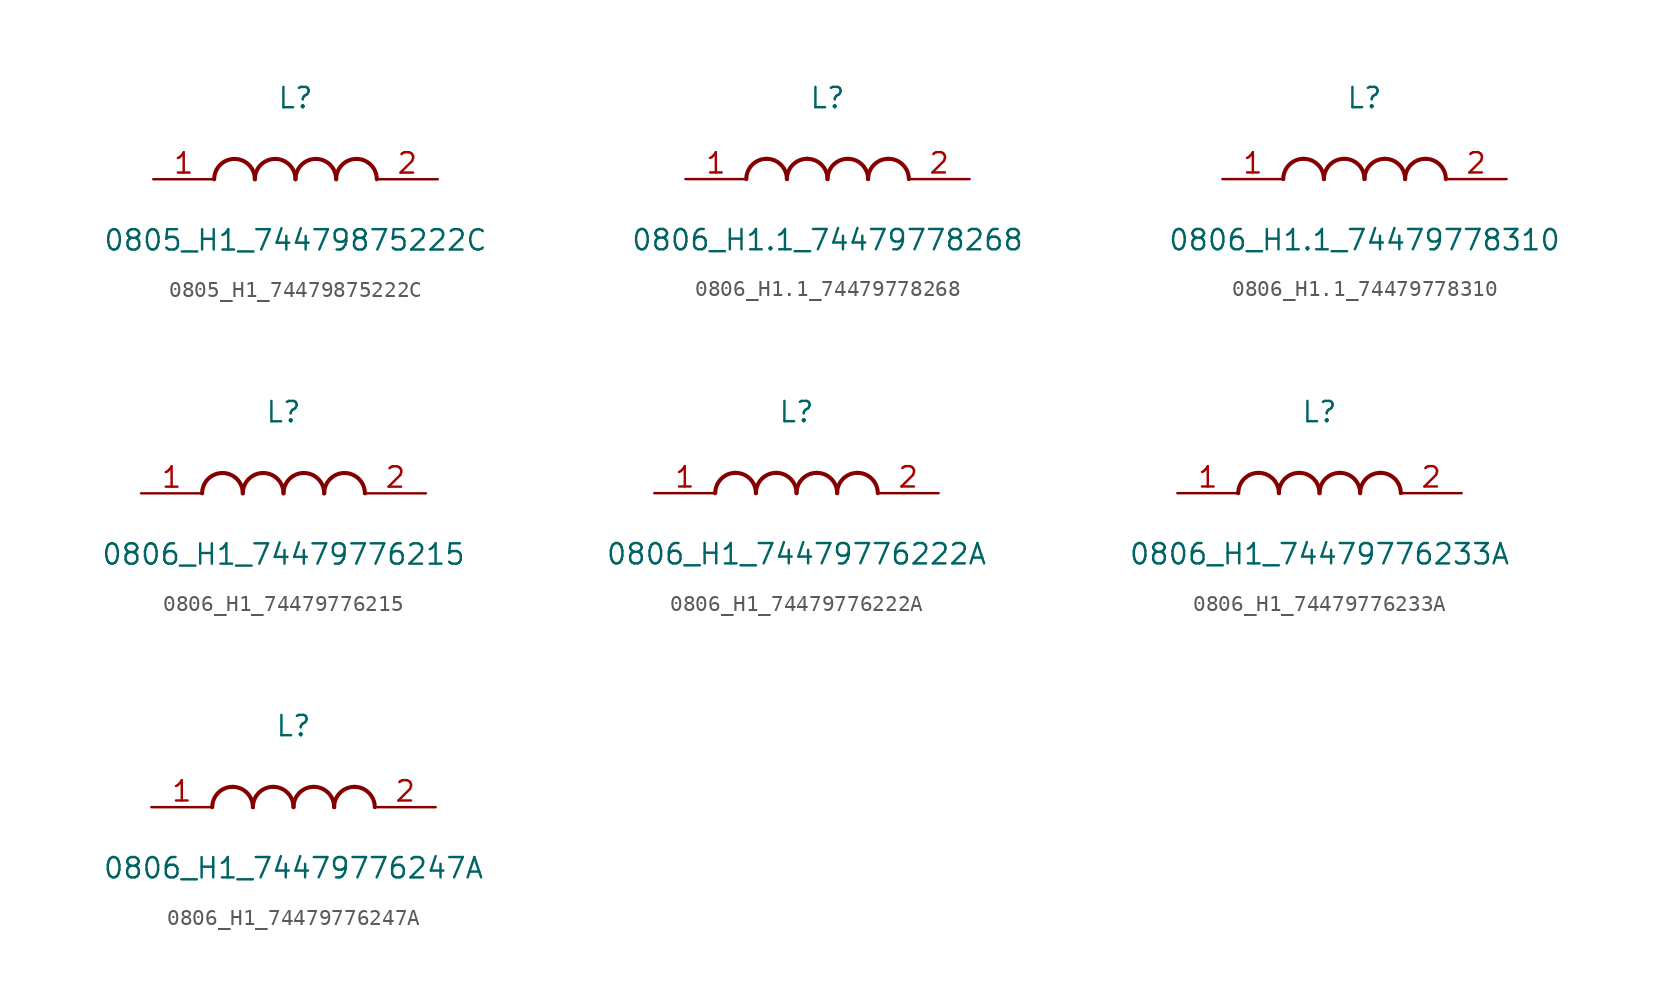
<source format=kicad_sym>
(kicad_symbol_lib
  (version 20211014)
  (generator kicad_symbol_editor)
  (symbol "Inductor_Wurth_WE-PMI:0805_H1_74479875222C"
    (pin_names hide)
    (property "Reference" "L"
      (at 0 5.08 0)
      (effects (font (size 1.27 1.27))))
    (property "Value" "0805_H1_74479875222C"
      (at 0 -3.81 0)
      (effects (font (size 1.27 1.27))))
    (symbol "0805_H1_74479875222C_0_1"
      (arc (start -3.81 1.27) (mid -4.708 0.898) (end -5.08 0) (stroke (width 0.254) (type default) (color 0 0 0 0)) (fill (type none)))
      (arc (start -2.54 0) (mid -2.912 0.898) (end -3.81 1.27) (stroke (width 0.254) (type default) (color 0 0 0 0)) (fill (type none)))
      (arc (start -1.2699 1.2701) (mid -2.1679 0.8981) (end -2.5399 0.0001) (stroke (width 0.254) (type default) (color 0 0 0 0)) (fill (type none)))
      (arc (start 0.0001 0.0001) (mid -0.3719 0.8981) (end -1.2699 1.2701) (stroke (width 0.254) (type default) (color 0 0 0 0)) (fill (type none)))
      (arc (start 1.2701 1.2701) (mid 0.3721 0.8981) (end 0.0001 0.0001) (stroke (width 0.254) (type default) (color 0 0 0 0)) (fill (type none)))
      (arc (start 2.5401 0.0001) (mid 2.1681 0.8981) (end 1.2701 1.2701) (stroke (width 0.254) (type default) (color 0 0 0 0)) (fill (type none)))
      (arc (start 3.8101 1.2701) (mid 2.9121 0.8981) (end 2.5401 0.0001) (stroke (width 0.254) (type default) (color 0 0 0 0)) (fill (type none)))
      (arc (start 5.0801 0.0001) (mid 4.7081 0.8981) (end 3.8101 1.2701) (stroke (width 0.254) (type default) (color 0 0 0 0)) (fill (type none))))
    (symbol "0805_H1_74479875222C_1_1"
      (pin passive line (at -8.89 0 0) (length 3.81) (name "1" (effects (font (size 1.27 1.27)))) (number "1" (effects (font (size 1.27 1.27)))))
      (pin passive line (at 8.89 0 180) (length 3.81) (name "2" (effects (font (size 1.27 1.27)))) (number "2" (effects (font (size 1.27 1.27)))))))
  (symbol "Inductor_Wurth_WE-PMI:0806_H1.1_74479778268"
    (pin_names hide)
    (property "Reference" "L"
      (at 0 5.08 0)
      (effects (font (size 1.27 1.27))))
    (property "Value" "0806_H1.1_74479778268"
      (at 0 -3.81 0)
      (effects (font (size 1.27 1.27))))
    (symbol "0806_H1.1_74479778268_0_1"
      (arc (start -3.81 1.27) (mid -4.708 0.898) (end -5.08 0) (stroke (width 0.254) (type default) (color 0 0 0 0)) (fill (type none)))
      (arc (start -2.54 0) (mid -2.912 0.898) (end -3.81 1.27) (stroke (width 0.254) (type default) (color 0 0 0 0)) (fill (type none)))
      (arc (start -1.2699 1.2701) (mid -2.1679 0.8981) (end -2.5399 0.0001) (stroke (width 0.254) (type default) (color 0 0 0 0)) (fill (type none)))
      (arc (start 0.0001 0.0001) (mid -0.3719 0.8981) (end -1.2699 1.2701) (stroke (width 0.254) (type default) (color 0 0 0 0)) (fill (type none)))
      (arc (start 1.2701 1.2701) (mid 0.3721 0.8981) (end 0.0001 0.0001) (stroke (width 0.254) (type default) (color 0 0 0 0)) (fill (type none)))
      (arc (start 2.5401 0.0001) (mid 2.1681 0.8981) (end 1.2701 1.2701) (stroke (width 0.254) (type default) (color 0 0 0 0)) (fill (type none)))
      (arc (start 3.8101 1.2701) (mid 2.9121 0.8981) (end 2.5401 0.0001) (stroke (width 0.254) (type default) (color 0 0 0 0)) (fill (type none)))
      (arc (start 5.0801 0.0001) (mid 4.7081 0.8981) (end 3.8101 1.2701) (stroke (width 0.254) (type default) (color 0 0 0 0)) (fill (type none))))
    (symbol "0806_H1.1_74479778268_1_1"
      (pin passive line (at -8.89 0 0) (length 3.81) (name "1" (effects (font (size 1.27 1.27)))) (number "1" (effects (font (size 1.27 1.27)))))
      (pin passive line (at 8.89 0 180) (length 3.81) (name "2" (effects (font (size 1.27 1.27)))) (number "2" (effects (font (size 1.27 1.27)))))))
  (symbol "Inductor_Wurth_WE-PMI:0806_H1.1_74479778310"
    (pin_names hide)
    (property "Reference" "L"
      (at 0 5.08 0)
      (effects (font (size 1.27 1.27))))
    (property "Value" "0806_H1.1_74479778310"
      (at 0 -3.81 0)
      (effects (font (size 1.27 1.27))))
    (symbol "0806_H1.1_74479778310_0_1"
      (arc (start -3.81 1.27) (mid -4.708 0.898) (end -5.08 0) (stroke (width 0.254) (type default) (color 0 0 0 0)) (fill (type none)))
      (arc (start -2.54 0) (mid -2.912 0.898) (end -3.81 1.27) (stroke (width 0.254) (type default) (color 0 0 0 0)) (fill (type none)))
      (arc (start -1.2699 1.2701) (mid -2.1679 0.8981) (end -2.5399 0.0001) (stroke (width 0.254) (type default) (color 0 0 0 0)) (fill (type none)))
      (arc (start 0.0001 0.0001) (mid -0.3719 0.8981) (end -1.2699 1.2701) (stroke (width 0.254) (type default) (color 0 0 0 0)) (fill (type none)))
      (arc (start 1.2701 1.2701) (mid 0.3721 0.8981) (end 0.0001 0.0001) (stroke (width 0.254) (type default) (color 0 0 0 0)) (fill (type none)))
      (arc (start 2.5401 0.0001) (mid 2.1681 0.8981) (end 1.2701 1.2701) (stroke (width 0.254) (type default) (color 0 0 0 0)) (fill (type none)))
      (arc (start 3.8101 1.2701) (mid 2.9121 0.8981) (end 2.5401 0.0001) (stroke (width 0.254) (type default) (color 0 0 0 0)) (fill (type none)))
      (arc (start 5.0801 0.0001) (mid 4.7081 0.8981) (end 3.8101 1.2701) (stroke (width 0.254) (type default) (color 0 0 0 0)) (fill (type none))))
    (symbol "0806_H1.1_74479778310_1_1"
      (pin passive line (at -8.89 0 0) (length 3.81) (name "1" (effects (font (size 1.27 1.27)))) (number "1" (effects (font (size 1.27 1.27)))))
      (pin passive line (at 8.89 0 180) (length 3.81) (name "2" (effects (font (size 1.27 1.27)))) (number "2" (effects (font (size 1.27 1.27)))))))
  (symbol "Inductor_Wurth_WE-PMI:0806_H1_74479776215"
    (pin_names hide)
    (property "Reference" "L"
      (at 0 5.08 0)
      (effects (font (size 1.27 1.27))))
    (property "Value" "0806_H1_74479776215"
      (at 0 -3.81 0)
      (effects (font (size 1.27 1.27))))
    (symbol "0806_H1_74479776215_0_1"
      (arc (start -3.81 1.27) (mid -4.708 0.898) (end -5.08 0) (stroke (width 0.254) (type default) (color 0 0 0 0)) (fill (type none)))
      (arc (start -2.54 0) (mid -2.912 0.898) (end -3.81 1.27) (stroke (width 0.254) (type default) (color 0 0 0 0)) (fill (type none)))
      (arc (start -1.2699 1.2701) (mid -2.1679 0.8981) (end -2.5399 0.0001) (stroke (width 0.254) (type default) (color 0 0 0 0)) (fill (type none)))
      (arc (start 0.0001 0.0001) (mid -0.3719 0.8981) (end -1.2699 1.2701) (stroke (width 0.254) (type default) (color 0 0 0 0)) (fill (type none)))
      (arc (start 1.2701 1.2701) (mid 0.3721 0.8981) (end 0.0001 0.0001) (stroke (width 0.254) (type default) (color 0 0 0 0)) (fill (type none)))
      (arc (start 2.5401 0.0001) (mid 2.1681 0.8981) (end 1.2701 1.2701) (stroke (width 0.254) (type default) (color 0 0 0 0)) (fill (type none)))
      (arc (start 3.8101 1.2701) (mid 2.9121 0.8981) (end 2.5401 0.0001) (stroke (width 0.254) (type default) (color 0 0 0 0)) (fill (type none)))
      (arc (start 5.0801 0.0001) (mid 4.7081 0.8981) (end 3.8101 1.2701) (stroke (width 0.254) (type default) (color 0 0 0 0)) (fill (type none))))
    (symbol "0806_H1_74479776215_1_1"
      (pin passive line (at -8.89 0 0) (length 3.81) (name "1" (effects (font (size 1.27 1.27)))) (number "1" (effects (font (size 1.27 1.27)))))
      (pin passive line (at 8.89 0 180) (length 3.81) (name "2" (effects (font (size 1.27 1.27)))) (number "2" (effects (font (size 1.27 1.27)))))))
  (symbol "Inductor_Wurth_WE-PMI:0806_H1_74479776222A"
    (pin_names hide)
    (property "Reference" "L"
      (at 0 5.08 0)
      (effects (font (size 1.27 1.27))))
    (property "Value" "0806_H1_74479776222A"
      (at 0 -3.81 0)
      (effects (font (size 1.27 1.27))))
    (symbol "0806_H1_74479776222A_0_1"
      (arc (start -3.81 1.27) (mid -4.708 0.898) (end -5.08 0) (stroke (width 0.254) (type default) (color 0 0 0 0)) (fill (type none)))
      (arc (start -2.54 0) (mid -2.912 0.898) (end -3.81 1.27) (stroke (width 0.254) (type default) (color 0 0 0 0)) (fill (type none)))
      (arc (start -1.2699 1.2701) (mid -2.1679 0.8981) (end -2.5399 0.0001) (stroke (width 0.254) (type default) (color 0 0 0 0)) (fill (type none)))
      (arc (start 0.0001 0.0001) (mid -0.3719 0.8981) (end -1.2699 1.2701) (stroke (width 0.254) (type default) (color 0 0 0 0)) (fill (type none)))
      (arc (start 1.2701 1.2701) (mid 0.3721 0.8981) (end 0.0001 0.0001) (stroke (width 0.254) (type default) (color 0 0 0 0)) (fill (type none)))
      (arc (start 2.5401 0.0001) (mid 2.1681 0.8981) (end 1.2701 1.2701) (stroke (width 0.254) (type default) (color 0 0 0 0)) (fill (type none)))
      (arc (start 3.8101 1.2701) (mid 2.9121 0.8981) (end 2.5401 0.0001) (stroke (width 0.254) (type default) (color 0 0 0 0)) (fill (type none)))
      (arc (start 5.0801 0.0001) (mid 4.7081 0.8981) (end 3.8101 1.2701) (stroke (width 0.254) (type default) (color 0 0 0 0)) (fill (type none))))
    (symbol "0806_H1_74479776222A_1_1"
      (pin passive line (at -8.89 0 0) (length 3.81) (name "1" (effects (font (size 1.27 1.27)))) (number "1" (effects (font (size 1.27 1.27)))))
      (pin passive line (at 8.89 0 180) (length 3.81) (name "2" (effects (font (size 1.27 1.27)))) (number "2" (effects (font (size 1.27 1.27)))))))
  (symbol "Inductor_Wurth_WE-PMI:0806_H1_74479776233A"
    (pin_names hide)
    (property "Reference" "L"
      (at 0 5.08 0)
      (effects (font (size 1.27 1.27))))
    (property "Value" "0806_H1_74479776233A"
      (at 0 -3.81 0)
      (effects (font (size 1.27 1.27))))
    (symbol "0806_H1_74479776233A_0_1"
      (arc (start -3.81 1.27) (mid -4.708 0.898) (end -5.08 0) (stroke (width 0.254) (type default) (color 0 0 0 0)) (fill (type none)))
      (arc (start -2.54 0) (mid -2.912 0.898) (end -3.81 1.27) (stroke (width 0.254) (type default) (color 0 0 0 0)) (fill (type none)))
      (arc (start -1.2699 1.2701) (mid -2.1679 0.8981) (end -2.5399 0.0001) (stroke (width 0.254) (type default) (color 0 0 0 0)) (fill (type none)))
      (arc (start 0.0001 0.0001) (mid -0.3719 0.8981) (end -1.2699 1.2701) (stroke (width 0.254) (type default) (color 0 0 0 0)) (fill (type none)))
      (arc (start 1.2701 1.2701) (mid 0.3721 0.8981) (end 0.0001 0.0001) (stroke (width 0.254) (type default) (color 0 0 0 0)) (fill (type none)))
      (arc (start 2.5401 0.0001) (mid 2.1681 0.8981) (end 1.2701 1.2701) (stroke (width 0.254) (type default) (color 0 0 0 0)) (fill (type none)))
      (arc (start 3.8101 1.2701) (mid 2.9121 0.8981) (end 2.5401 0.0001) (stroke (width 0.254) (type default) (color 0 0 0 0)) (fill (type none)))
      (arc (start 5.0801 0.0001) (mid 4.7081 0.8981) (end 3.8101 1.2701) (stroke (width 0.254) (type default) (color 0 0 0 0)) (fill (type none))))
    (symbol "0806_H1_74479776233A_1_1"
      (pin passive line (at -8.89 0 0) (length 3.81) (name "1" (effects (font (size 1.27 1.27)))) (number "1" (effects (font (size 1.27 1.27)))))
      (pin passive line (at 8.89 0 180) (length 3.81) (name "2" (effects (font (size 1.27 1.27)))) (number "2" (effects (font (size 1.27 1.27)))))))
  (symbol "Inductor_Wurth_WE-PMI:0806_H1_74479776247A"
    (pin_names hide)
    (property "Reference" "L"
      (at 0 5.08 0)
      (effects (font (size 1.27 1.27))))
    (property "Value" "0806_H1_74479776247A"
      (at 0 -3.81 0)
      (effects (font (size 1.27 1.27))))
    (symbol "0806_H1_74479776247A_0_1"
      (arc (start -3.81 1.27) (mid -4.708 0.898) (end -5.08 0) (stroke (width 0.254) (type default) (color 0 0 0 0)) (fill (type none)))
      (arc (start -2.54 0) (mid -2.912 0.898) (end -3.81 1.27) (stroke (width 0.254) (type default) (color 0 0 0 0)) (fill (type none)))
      (arc (start -1.2699 1.2701) (mid -2.1679 0.8981) (end -2.5399 0.0001) (stroke (width 0.254) (type default) (color 0 0 0 0)) (fill (type none)))
      (arc (start 0.0001 0.0001) (mid -0.3719 0.8981) (end -1.2699 1.2701) (stroke (width 0.254) (type default) (color 0 0 0 0)) (fill (type none)))
      (arc (start 1.2701 1.2701) (mid 0.3721 0.8981) (end 0.0001 0.0001) (stroke (width 0.254) (type default) (color 0 0 0 0)) (fill (type none)))
      (arc (start 2.5401 0.0001) (mid 2.1681 0.8981) (end 1.2701 1.2701) (stroke (width 0.254) (type default) (color 0 0 0 0)) (fill (type none)))
      (arc (start 3.8101 1.2701) (mid 2.9121 0.8981) (end 2.5401 0.0001) (stroke (width 0.254) (type default) (color 0 0 0 0)) (fill (type none)))
      (arc (start 5.0801 0.0001) (mid 4.7081 0.8981) (end 3.8101 1.2701) (stroke (width 0.254) (type default) (color 0 0 0 0)) (fill (type none))))
    (symbol "0806_H1_74479776247A_1_1"
      (pin passive line (at -8.89 0 0) (length 3.81) (name "1" (effects (font (size 1.27 1.27)))) (number "1" (effects (font (size 1.27 1.27)))))
      (pin passive line (at 8.89 0 180) (length 3.81) (name "2" (effects (font (size 1.27 1.27)))) (number "2" (effects (font (size 1.27 1.27))))))))
</source>
